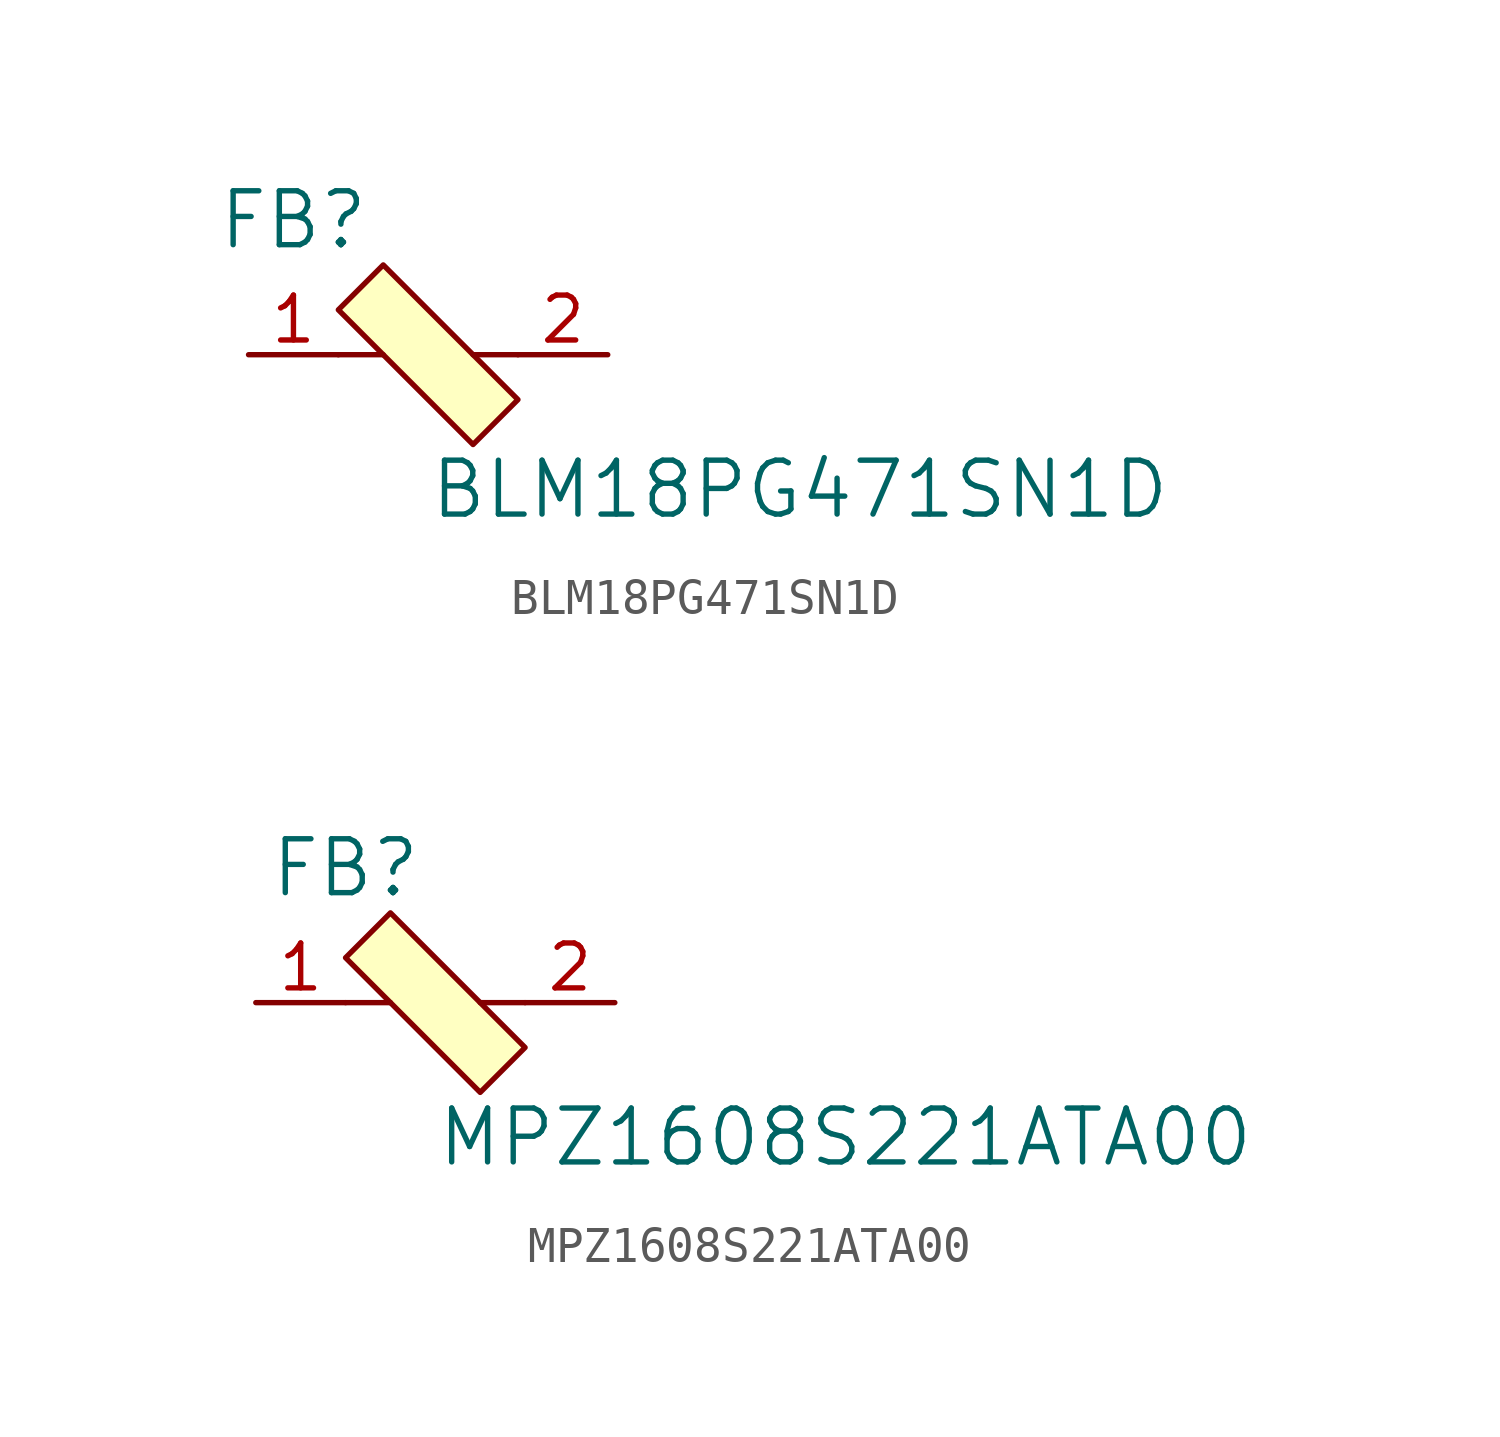
<source format=kicad_sym>
(kicad_symbol_lib
  (version 20220914)
  (generator kicad_symbol_editor)
  (symbol "BLM18PG471SN1D"
    (pin_names
      (offset 1.016))
    (property "Reference" "FB"
      (at -3.81 3.81 0)
      (effects (font (size 1.524 1.524))))
    (property "Value" "BLM18PG471SN1D"
      (at 0 -3.81 0)
      (effects (font (size 1.524 1.524)) (justify left)))
    (symbol "BLM18PG471SN1D_0_1"
      (polyline (pts (xy -1.27 0) (xy -2.54 0)) (stroke (width 0) (type solid)) (fill (type none)))
      (polyline (pts (xy 1.27 0) (xy 2.54 0)) (stroke (width 0) (type solid)) (fill (type none)))
      (polyline (pts (xy -1.27 2.54) (xy -2.54 1.27) (xy 1.27 -2.54) (xy 2.54 -1.27) (xy -1.27 2.54)) (stroke (width 0) (type solid)) (fill (type background))))
    (symbol "BLM18PG471SN1D_1_1"
      (pin passive line (at -5.08 0 0) (length 2.54) (name "~" (effects (font (size 1.27 1.27)))) (number "1" (effects (font (size 1.27 1.27)))))
      (pin passive line (at 5.08 0 180) (length 2.54) (name "~" (effects (font (size 1.27 1.27)))) (number "2" (effects (font (size 1.27 1.27)))))))
  (symbol "MPZ1608S221ATA00"
    (pin_names
      (offset 1.016))
    (property "Reference" "FB"
      (at -2.54 3.81 0)
      (effects (font (size 1.524 1.524))))
    (property "Value" "MPZ1608S221ATA00"
      (at 0 -3.81 0)
      (effects (font (size 1.524 1.524)) (justify left)))
    (symbol "MPZ1608S221ATA00_0_1"
      (polyline (pts (xy -1.27 0) (xy -2.54 0)) (stroke (width 0) (type solid)) (fill (type none)))
      (polyline (pts (xy 1.27 0) (xy 2.54 0)) (stroke (width 0) (type solid)) (fill (type none)))
      (polyline (pts (xy -1.27 2.54) (xy -2.54 1.27) (xy 1.27 -2.54) (xy 2.54 -1.27) (xy -1.27 2.54)) (stroke (width 0) (type solid)) (fill (type background))))
    (symbol "MPZ1608S221ATA00_1_1"
      (pin passive line (at -5.08 0 0) (length 2.54) (name "~" (effects (font (size 1.27 1.27)))) (number "1" (effects (font (size 1.27 1.27)))))
      (pin passive line (at 5.08 0 180) (length 2.54) (name "~" (effects (font (size 1.27 1.27)))) (number "2" (effects (font (size 1.27 1.27))))))))
</source>
